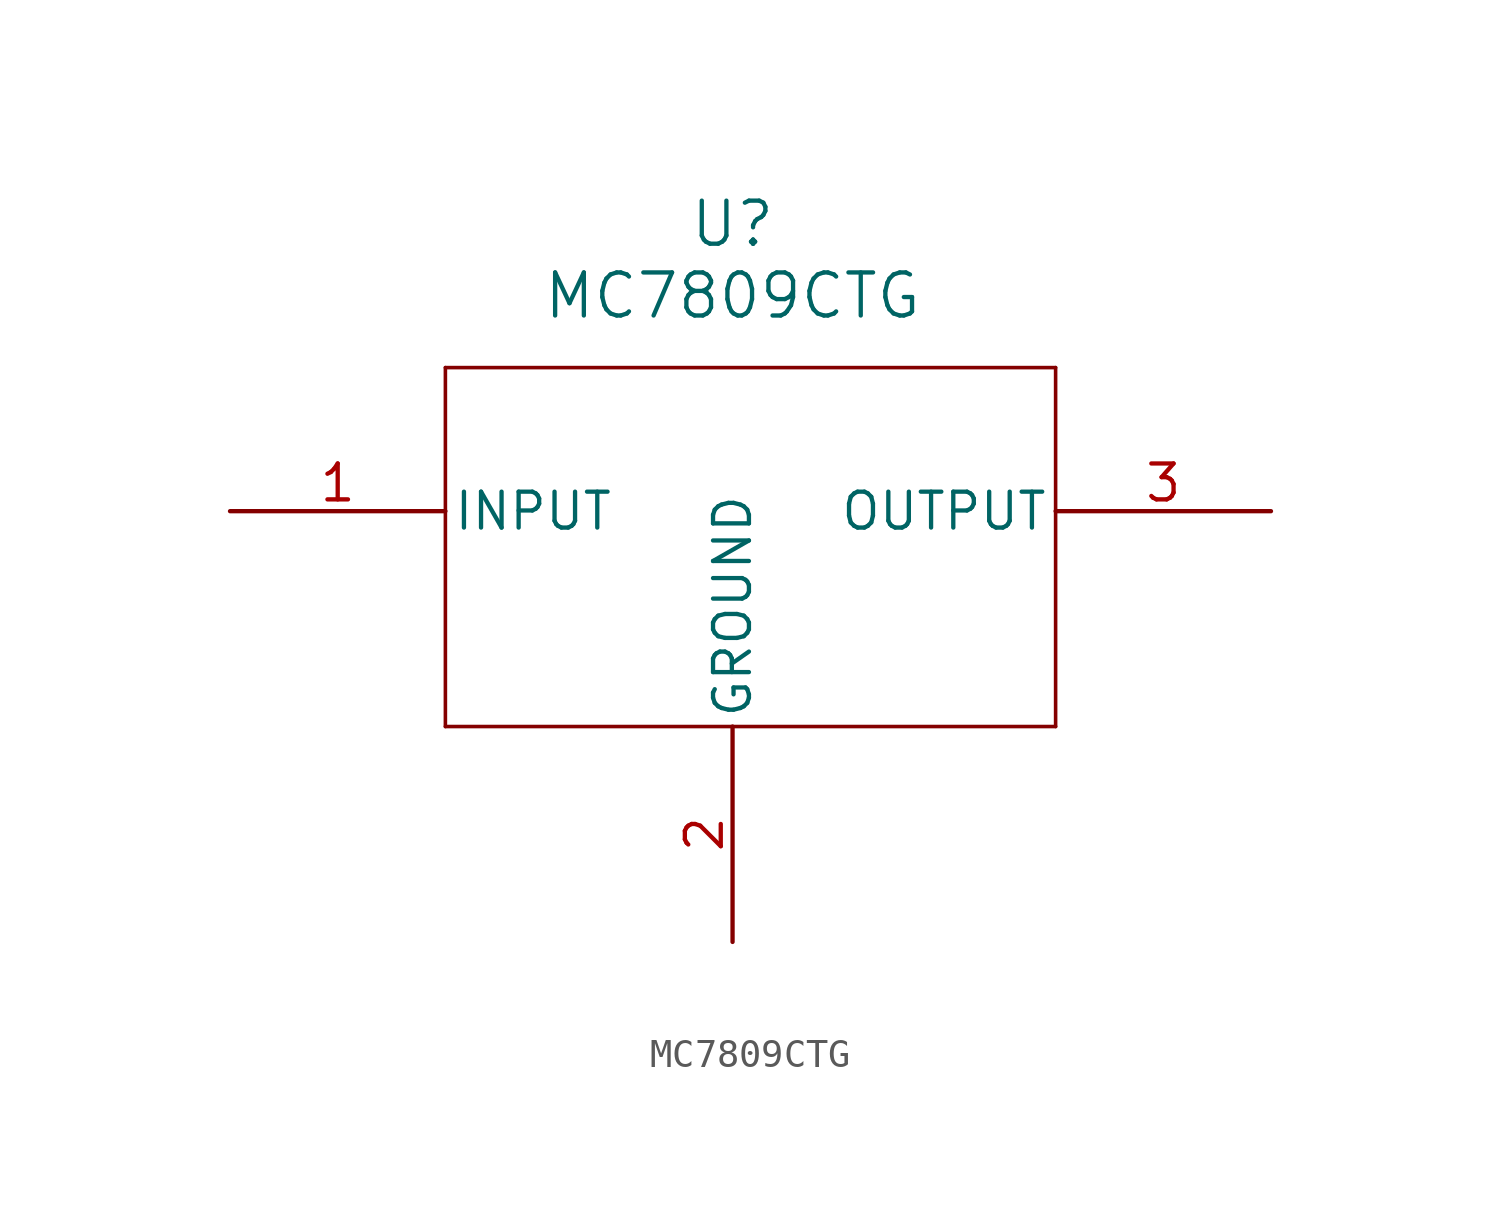
<source format=kicad_sym>
(kicad_symbol_lib
  (version 20220914)
  (generator kicad_symbol_editor)
  (symbol "MC7809CTG"
    (pin_names
      (offset 0.254))
    (property "Reference" "U"
      (at 33.02 10.16 0)
      (effects (font (size 1.524 1.524))))
    (property "Value" "MC7809CTG"
      (at 33.02 7.62 0)
      (effects (font (size 1.524 1.524))))
    (property "ki_locked" ""
      (at 0 0 0)
      (effects (font (size 1.27 1.27))))
    (symbol "MC7809CTG_1_1"
      (polyline (pts (xy 22.86 -7.62) (xy 44.45 -7.62)) (stroke (width 0.127) (type default)) (fill (type none)))
      (polyline (pts (xy 22.86 5.08) (xy 22.86 -7.62)) (stroke (width 0.127) (type default)) (fill (type none)))
      (polyline (pts (xy 44.45 -7.62) (xy 44.45 5.08)) (stroke (width 0.127) (type default)) (fill (type none)))
      (polyline (pts (xy 44.45 5.08) (xy 22.86 5.08)) (stroke (width 0.127) (type default)) (fill (type none)))
      (pin input line (at 15.24 0 0) (length 7.62) (name "INPUT" (effects (font (size 1.27 1.27)))) (number "1" (effects (font (size 1.27 1.27)))))
      (pin power_in line (at 33.02 -15.24 90) (length 7.62) (name "GROUND" (effects (font (size 1.27 1.27)))) (number "2" (effects (font (size 1.27 1.27)))))
      (pin output line (at 52.07 0 180) (length 7.62) (name "OUTPUT" (effects (font (size 1.27 1.27)))) (number "3" (effects (font (size 1.27 1.27))))))))
</source>
